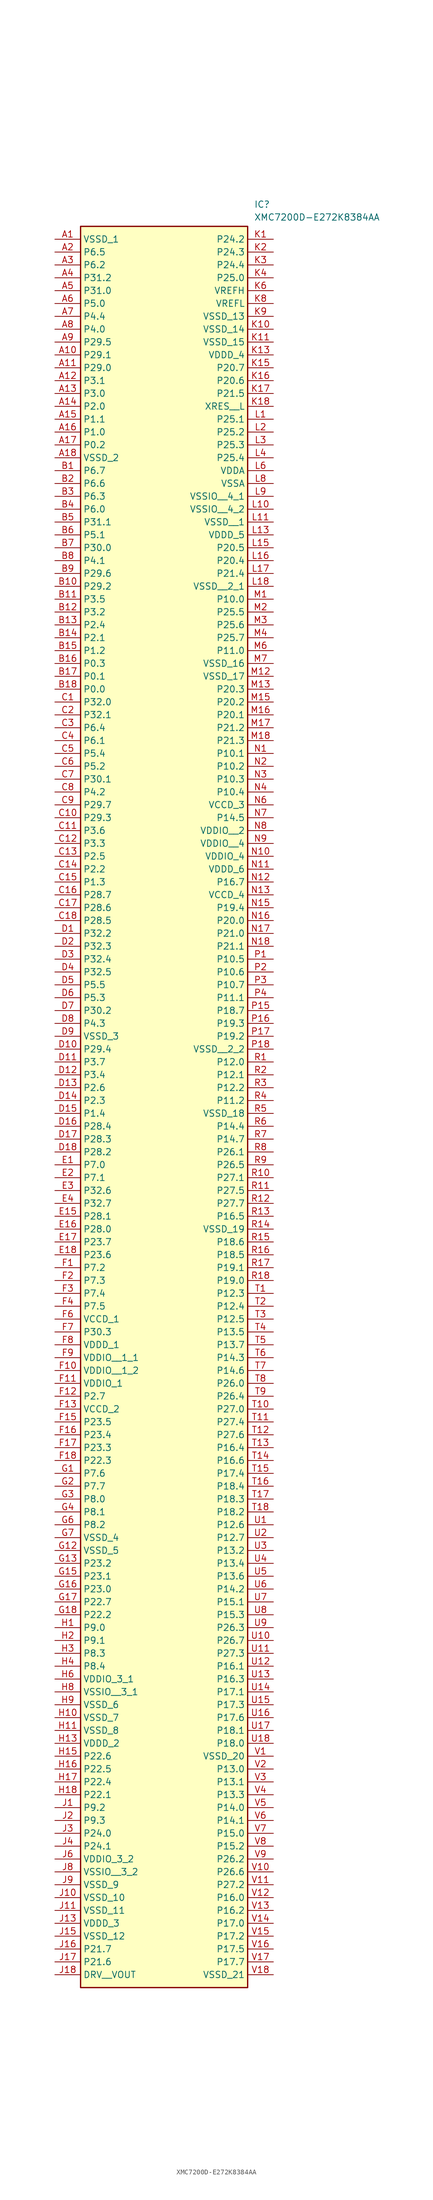
<source format=kicad_sym>
(kicad_symbol_lib
  (version 20231120)
  (generator "kicad_symbol_editor")
  (generator_version "8.0")
  (symbol "XMC7200D-E272K8384AA"
    (property "Reference" "IC"
      (at 39.37 7.62 0)
      (effects (font (size 1.27 1.27)) (justify left top)))
    (property "Value" "XMC7200D-E272K8384AA"
      (at 39.37 5.08 0)
      (effects (font (size 1.27 1.27)) (justify left top)))
    (symbol "XMC7200D-E272K8384AA_1_1"
      (rectangle (start 5.08 2.54) (end 38.1 -345.44) (stroke (width 0.254) (type default)) (fill (type background)))
      (pin passive line (at 0 0 0) (length 5.08) (name "VSSD_1" (effects (font (size 1.27 1.27)))) (number "A1" (effects (font (size 1.27 1.27)))))
      (pin passive line (at 0 -22.86 0) (length 5.08) (name "P29.1" (effects (font (size 1.27 1.27)))) (number "A10" (effects (font (size 1.27 1.27)))))
      (pin passive line (at 0 -25.4 0) (length 5.08) (name "P29.0" (effects (font (size 1.27 1.27)))) (number "A11" (effects (font (size 1.27 1.27)))))
      (pin passive line (at 0 -27.94 0) (length 5.08) (name "P3.1" (effects (font (size 1.27 1.27)))) (number "A12" (effects (font (size 1.27 1.27)))))
      (pin passive line (at 0 -30.48 0) (length 5.08) (name "P3.0" (effects (font (size 1.27 1.27)))) (number "A13" (effects (font (size 1.27 1.27)))))
      (pin passive line (at 0 -33.02 0) (length 5.08) (name "P2.0" (effects (font (size 1.27 1.27)))) (number "A14" (effects (font (size 1.27 1.27)))))
      (pin passive line (at 0 -35.56 0) (length 5.08) (name "P1.1" (effects (font (size 1.27 1.27)))) (number "A15" (effects (font (size 1.27 1.27)))))
      (pin passive line (at 0 -38.1 0) (length 5.08) (name "P1.0" (effects (font (size 1.27 1.27)))) (number "A16" (effects (font (size 1.27 1.27)))))
      (pin passive line (at 0 -40.64 0) (length 5.08) (name "P0.2" (effects (font (size 1.27 1.27)))) (number "A17" (effects (font (size 1.27 1.27)))))
      (pin passive line (at 0 -43.18 0) (length 5.08) (name "VSSD_2" (effects (font (size 1.27 1.27)))) (number "A18" (effects (font (size 1.27 1.27)))))
      (pin passive line (at 0 -2.54 0) (length 5.08) (name "P6.5" (effects (font (size 1.27 1.27)))) (number "A2" (effects (font (size 1.27 1.27)))))
      (pin passive line (at 0 -5.08 0) (length 5.08) (name "P6.2" (effects (font (size 1.27 1.27)))) (number "A3" (effects (font (size 1.27 1.27)))))
      (pin passive line (at 0 -7.62 0) (length 5.08) (name "P31.2" (effects (font (size 1.27 1.27)))) (number "A4" (effects (font (size 1.27 1.27)))))
      (pin passive line (at 0 -10.16 0) (length 5.08) (name "P31.0" (effects (font (size 1.27 1.27)))) (number "A5" (effects (font (size 1.27 1.27)))))
      (pin passive line (at 0 -12.7 0) (length 5.08) (name "P5.0" (effects (font (size 1.27 1.27)))) (number "A6" (effects (font (size 1.27 1.27)))))
      (pin passive line (at 0 -15.24 0) (length 5.08) (name "P4.4" (effects (font (size 1.27 1.27)))) (number "A7" (effects (font (size 1.27 1.27)))))
      (pin passive line (at 0 -17.78 0) (length 5.08) (name "P4.0" (effects (font (size 1.27 1.27)))) (number "A8" (effects (font (size 1.27 1.27)))))
      (pin passive line (at 0 -20.32 0) (length 5.08) (name "P29.5" (effects (font (size 1.27 1.27)))) (number "A9" (effects (font (size 1.27 1.27)))))
      (pin passive line (at 0 -45.72 0) (length 5.08) (name "P6.7" (effects (font (size 1.27 1.27)))) (number "B1" (effects (font (size 1.27 1.27)))))
      (pin passive line (at 0 -68.58 0) (length 5.08) (name "P29.2" (effects (font (size 1.27 1.27)))) (number "B10" (effects (font (size 1.27 1.27)))))
      (pin passive line (at 0 -71.12 0) (length 5.08) (name "P3.5" (effects (font (size 1.27 1.27)))) (number "B11" (effects (font (size 1.27 1.27)))))
      (pin passive line (at 0 -73.66 0) (length 5.08) (name "P3.2" (effects (font (size 1.27 1.27)))) (number "B12" (effects (font (size 1.27 1.27)))))
      (pin passive line (at 0 -76.2 0) (length 5.08) (name "P2.4" (effects (font (size 1.27 1.27)))) (number "B13" (effects (font (size 1.27 1.27)))))
      (pin passive line (at 0 -78.74 0) (length 5.08) (name "P2.1" (effects (font (size 1.27 1.27)))) (number "B14" (effects (font (size 1.27 1.27)))))
      (pin passive line (at 0 -81.28 0) (length 5.08) (name "P1.2" (effects (font (size 1.27 1.27)))) (number "B15" (effects (font (size 1.27 1.27)))))
      (pin passive line (at 0 -83.82 0) (length 5.08) (name "P0.3" (effects (font (size 1.27 1.27)))) (number "B16" (effects (font (size 1.27 1.27)))))
      (pin passive line (at 0 -86.36 0) (length 5.08) (name "P0.1" (effects (font (size 1.27 1.27)))) (number "B17" (effects (font (size 1.27 1.27)))))
      (pin passive line (at 0 -88.9 0) (length 5.08) (name "P0.0" (effects (font (size 1.27 1.27)))) (number "B18" (effects (font (size 1.27 1.27)))))
      (pin passive line (at 0 -48.26 0) (length 5.08) (name "P6.6" (effects (font (size 1.27 1.27)))) (number "B2" (effects (font (size 1.27 1.27)))))
      (pin passive line (at 0 -50.8 0) (length 5.08) (name "P6.3" (effects (font (size 1.27 1.27)))) (number "B3" (effects (font (size 1.27 1.27)))))
      (pin passive line (at 0 -53.34 0) (length 5.08) (name "P6.0" (effects (font (size 1.27 1.27)))) (number "B4" (effects (font (size 1.27 1.27)))))
      (pin passive line (at 0 -55.88 0) (length 5.08) (name "P31.1" (effects (font (size 1.27 1.27)))) (number "B5" (effects (font (size 1.27 1.27)))))
      (pin passive line (at 0 -58.42 0) (length 5.08) (name "P5.1" (effects (font (size 1.27 1.27)))) (number "B6" (effects (font (size 1.27 1.27)))))
      (pin passive line (at 0 -60.96 0) (length 5.08) (name "P30.0" (effects (font (size 1.27 1.27)))) (number "B7" (effects (font (size 1.27 1.27)))))
      (pin passive line (at 0 -63.5 0) (length 5.08) (name "P4.1" (effects (font (size 1.27 1.27)))) (number "B8" (effects (font (size 1.27 1.27)))))
      (pin passive line (at 0 -66.04 0) (length 5.08) (name "P29.6" (effects (font (size 1.27 1.27)))) (number "B9" (effects (font (size 1.27 1.27)))))
      (pin passive line (at 0 -91.44 0) (length 5.08) (name "P32.0" (effects (font (size 1.27 1.27)))) (number "C1" (effects (font (size 1.27 1.27)))))
      (pin passive line (at 0 -114.3 0) (length 5.08) (name "P29.3" (effects (font (size 1.27 1.27)))) (number "C10" (effects (font (size 1.27 1.27)))))
      (pin passive line (at 0 -116.84 0) (length 5.08) (name "P3.6" (effects (font (size 1.27 1.27)))) (number "C11" (effects (font (size 1.27 1.27)))))
      (pin passive line (at 0 -119.38 0) (length 5.08) (name "P3.3" (effects (font (size 1.27 1.27)))) (number "C12" (effects (font (size 1.27 1.27)))))
      (pin passive line (at 0 -121.92 0) (length 5.08) (name "P2.5" (effects (font (size 1.27 1.27)))) (number "C13" (effects (font (size 1.27 1.27)))))
      (pin passive line (at 0 -124.46 0) (length 5.08) (name "P2.2" (effects (font (size 1.27 1.27)))) (number "C14" (effects (font (size 1.27 1.27)))))
      (pin passive line (at 0 -127 0) (length 5.08) (name "P1.3" (effects (font (size 1.27 1.27)))) (number "C15" (effects (font (size 1.27 1.27)))))
      (pin passive line (at 0 -129.54 0) (length 5.08) (name "P28.7" (effects (font (size 1.27 1.27)))) (number "C16" (effects (font (size 1.27 1.27)))))
      (pin passive line (at 0 -132.08 0) (length 5.08) (name "P28.6" (effects (font (size 1.27 1.27)))) (number "C17" (effects (font (size 1.27 1.27)))))
      (pin passive line (at 0 -134.62 0) (length 5.08) (name "P28.5" (effects (font (size 1.27 1.27)))) (number "C18" (effects (font (size 1.27 1.27)))))
      (pin passive line (at 0 -93.98 0) (length 5.08) (name "P32.1" (effects (font (size 1.27 1.27)))) (number "C2" (effects (font (size 1.27 1.27)))))
      (pin passive line (at 0 -96.52 0) (length 5.08) (name "P6.4" (effects (font (size 1.27 1.27)))) (number "C3" (effects (font (size 1.27 1.27)))))
      (pin passive line (at 0 -99.06 0) (length 5.08) (name "P6.1" (effects (font (size 1.27 1.27)))) (number "C4" (effects (font (size 1.27 1.27)))))
      (pin passive line (at 0 -101.6 0) (length 5.08) (name "P5.4" (effects (font (size 1.27 1.27)))) (number "C5" (effects (font (size 1.27 1.27)))))
      (pin passive line (at 0 -104.14 0) (length 5.08) (name "P5.2" (effects (font (size 1.27 1.27)))) (number "C6" (effects (font (size 1.27 1.27)))))
      (pin passive line (at 0 -106.68 0) (length 5.08) (name "P30.1" (effects (font (size 1.27 1.27)))) (number "C7" (effects (font (size 1.27 1.27)))))
      (pin passive line (at 0 -109.22 0) (length 5.08) (name "P4.2" (effects (font (size 1.27 1.27)))) (number "C8" (effects (font (size 1.27 1.27)))))
      (pin passive line (at 0 -111.76 0) (length 5.08) (name "P29.7" (effects (font (size 1.27 1.27)))) (number "C9" (effects (font (size 1.27 1.27)))))
      (pin passive line (at 0 -137.16 0) (length 5.08) (name "P32.2" (effects (font (size 1.27 1.27)))) (number "D1" (effects (font (size 1.27 1.27)))))
      (pin passive line (at 0 -160.02 0) (length 5.08) (name "P29.4" (effects (font (size 1.27 1.27)))) (number "D10" (effects (font (size 1.27 1.27)))))
      (pin passive line (at 0 -162.56 0) (length 5.08) (name "P3.7" (effects (font (size 1.27 1.27)))) (number "D11" (effects (font (size 1.27 1.27)))))
      (pin passive line (at 0 -165.1 0) (length 5.08) (name "P3.4" (effects (font (size 1.27 1.27)))) (number "D12" (effects (font (size 1.27 1.27)))))
      (pin passive line (at 0 -167.64 0) (length 5.08) (name "P2.6" (effects (font (size 1.27 1.27)))) (number "D13" (effects (font (size 1.27 1.27)))))
      (pin passive line (at 0 -170.18 0) (length 5.08) (name "P2.3" (effects (font (size 1.27 1.27)))) (number "D14" (effects (font (size 1.27 1.27)))))
      (pin passive line (at 0 -172.72 0) (length 5.08) (name "P1.4" (effects (font (size 1.27 1.27)))) (number "D15" (effects (font (size 1.27 1.27)))))
      (pin passive line (at 0 -175.26 0) (length 5.08) (name "P28.4" (effects (font (size 1.27 1.27)))) (number "D16" (effects (font (size 1.27 1.27)))))
      (pin passive line (at 0 -177.8 0) (length 5.08) (name "P28.3" (effects (font (size 1.27 1.27)))) (number "D17" (effects (font (size 1.27 1.27)))))
      (pin passive line (at 0 -180.34 0) (length 5.08) (name "P28.2" (effects (font (size 1.27 1.27)))) (number "D18" (effects (font (size 1.27 1.27)))))
      (pin passive line (at 0 -139.7 0) (length 5.08) (name "P32.3" (effects (font (size 1.27 1.27)))) (number "D2" (effects (font (size 1.27 1.27)))))
      (pin passive line (at 0 -142.24 0) (length 5.08) (name "P32.4" (effects (font (size 1.27 1.27)))) (number "D3" (effects (font (size 1.27 1.27)))))
      (pin passive line (at 0 -144.78 0) (length 5.08) (name "P32.5" (effects (font (size 1.27 1.27)))) (number "D4" (effects (font (size 1.27 1.27)))))
      (pin passive line (at 0 -147.32 0) (length 5.08) (name "P5.5" (effects (font (size 1.27 1.27)))) (number "D5" (effects (font (size 1.27 1.27)))))
      (pin passive line (at 0 -149.86 0) (length 5.08) (name "P5.3" (effects (font (size 1.27 1.27)))) (number "D6" (effects (font (size 1.27 1.27)))))
      (pin passive line (at 0 -152.4 0) (length 5.08) (name "P30.2" (effects (font (size 1.27 1.27)))) (number "D7" (effects (font (size 1.27 1.27)))))
      (pin passive line (at 0 -154.94 0) (length 5.08) (name "P4.3" (effects (font (size 1.27 1.27)))) (number "D8" (effects (font (size 1.27 1.27)))))
      (pin passive line (at 0 -157.48 0) (length 5.08) (name "VSSD_3" (effects (font (size 1.27 1.27)))) (number "D9" (effects (font (size 1.27 1.27)))))
      (pin passive line (at 0 -182.88 0) (length 5.08) (name "P7.0" (effects (font (size 1.27 1.27)))) (number "E1" (effects (font (size 1.27 1.27)))))
      (pin passive line (at 0 -193.04 0) (length 5.08) (name "P28.1" (effects (font (size 1.27 1.27)))) (number "E15" (effects (font (size 1.27 1.27)))))
      (pin passive line (at 0 -195.58 0) (length 5.08) (name "P28.0" (effects (font (size 1.27 1.27)))) (number "E16" (effects (font (size 1.27 1.27)))))
      (pin passive line (at 0 -198.12 0) (length 5.08) (name "P23.7" (effects (font (size 1.27 1.27)))) (number "E17" (effects (font (size 1.27 1.27)))))
      (pin passive line (at 0 -200.66 0) (length 5.08) (name "P23.6" (effects (font (size 1.27 1.27)))) (number "E18" (effects (font (size 1.27 1.27)))))
      (pin passive line (at 0 -185.42 0) (length 5.08) (name "P7.1" (effects (font (size 1.27 1.27)))) (number "E2" (effects (font (size 1.27 1.27)))))
      (pin passive line (at 0 -187.96 0) (length 5.08) (name "P32.6" (effects (font (size 1.27 1.27)))) (number "E3" (effects (font (size 1.27 1.27)))))
      (pin passive line (at 0 -190.5 0) (length 5.08) (name "P32.7" (effects (font (size 1.27 1.27)))) (number "E4" (effects (font (size 1.27 1.27)))))
      (pin passive line (at 0 -203.2 0) (length 5.08) (name "P7.2" (effects (font (size 1.27 1.27)))) (number "F1" (effects (font (size 1.27 1.27)))))
      (pin passive line (at 0 -223.52 0) (length 5.08) (name "VDDIO__1_2" (effects (font (size 1.27 1.27)))) (number "F10" (effects (font (size 1.27 1.27)))))
      (pin passive line (at 0 -226.06 0) (length 5.08) (name "VDDIO_1" (effects (font (size 1.27 1.27)))) (number "F11" (effects (font (size 1.27 1.27)))))
      (pin passive line (at 0 -228.6 0) (length 5.08) (name "P2.7" (effects (font (size 1.27 1.27)))) (number "F12" (effects (font (size 1.27 1.27)))))
      (pin passive line (at 0 -231.14 0) (length 5.08) (name "VCCD_2" (effects (font (size 1.27 1.27)))) (number "F13" (effects (font (size 1.27 1.27)))))
      (pin passive line (at 0 -233.68 0) (length 5.08) (name "P23.5" (effects (font (size 1.27 1.27)))) (number "F15" (effects (font (size 1.27 1.27)))))
      (pin passive line (at 0 -236.22 0) (length 5.08) (name "P23.4" (effects (font (size 1.27 1.27)))) (number "F16" (effects (font (size 1.27 1.27)))))
      (pin passive line (at 0 -238.76 0) (length 5.08) (name "P23.3" (effects (font (size 1.27 1.27)))) (number "F17" (effects (font (size 1.27 1.27)))))
      (pin passive line (at 0 -241.3 0) (length 5.08) (name "P22.3" (effects (font (size 1.27 1.27)))) (number "F18" (effects (font (size 1.27 1.27)))))
      (pin passive line (at 0 -205.74 0) (length 5.08) (name "P7.3" (effects (font (size 1.27 1.27)))) (number "F2" (effects (font (size 1.27 1.27)))))
      (pin passive line (at 0 -208.28 0) (length 5.08) (name "P7.4" (effects (font (size 1.27 1.27)))) (number "F3" (effects (font (size 1.27 1.27)))))
      (pin passive line (at 0 -210.82 0) (length 5.08) (name "P7.5" (effects (font (size 1.27 1.27)))) (number "F4" (effects (font (size 1.27 1.27)))))
      (pin passive line (at 0 -213.36 0) (length 5.08) (name "VCCD_1" (effects (font (size 1.27 1.27)))) (number "F6" (effects (font (size 1.27 1.27)))))
      (pin passive line (at 0 -215.9 0) (length 5.08) (name "P30.3" (effects (font (size 1.27 1.27)))) (number "F7" (effects (font (size 1.27 1.27)))))
      (pin passive line (at 0 -218.44 0) (length 5.08) (name "VDDD_1" (effects (font (size 1.27 1.27)))) (number "F8" (effects (font (size 1.27 1.27)))))
      (pin passive line (at 0 -220.98 0) (length 5.08) (name "VDDIO__1_1" (effects (font (size 1.27 1.27)))) (number "F9" (effects (font (size 1.27 1.27)))))
      (pin passive line (at 0 -243.84 0) (length 5.08) (name "P7.6" (effects (font (size 1.27 1.27)))) (number "G1" (effects (font (size 1.27 1.27)))))
      (pin passive line (at 0 -259.08 0) (length 5.08) (name "VSSD_5" (effects (font (size 1.27 1.27)))) (number "G12" (effects (font (size 1.27 1.27)))))
      (pin passive line (at 0 -261.62 0) (length 5.08) (name "P23.2" (effects (font (size 1.27 1.27)))) (number "G13" (effects (font (size 1.27 1.27)))))
      (pin passive line (at 0 -264.16 0) (length 5.08) (name "P23.1" (effects (font (size 1.27 1.27)))) (number "G15" (effects (font (size 1.27 1.27)))))
      (pin passive line (at 0 -266.7 0) (length 5.08) (name "P23.0" (effects (font (size 1.27 1.27)))) (number "G16" (effects (font (size 1.27 1.27)))))
      (pin passive line (at 0 -269.24 0) (length 5.08) (name "P22.7" (effects (font (size 1.27 1.27)))) (number "G17" (effects (font (size 1.27 1.27)))))
      (pin passive line (at 0 -271.78 0) (length 5.08) (name "P22.2" (effects (font (size 1.27 1.27)))) (number "G18" (effects (font (size 1.27 1.27)))))
      (pin passive line (at 0 -246.38 0) (length 5.08) (name "P7.7" (effects (font (size 1.27 1.27)))) (number "G2" (effects (font (size 1.27 1.27)))))
      (pin passive line (at 0 -248.92 0) (length 5.08) (name "P8.0" (effects (font (size 1.27 1.27)))) (number "G3" (effects (font (size 1.27 1.27)))))
      (pin passive line (at 0 -251.46 0) (length 5.08) (name "P8.1" (effects (font (size 1.27 1.27)))) (number "G4" (effects (font (size 1.27 1.27)))))
      (pin passive line (at 0 -254 0) (length 5.08) (name "P8.2" (effects (font (size 1.27 1.27)))) (number "G6" (effects (font (size 1.27 1.27)))))
      (pin passive line (at 0 -256.54 0) (length 5.08) (name "VSSD_4" (effects (font (size 1.27 1.27)))) (number "G7" (effects (font (size 1.27 1.27)))))
      (pin passive line (at 0 -274.32 0) (length 5.08) (name "P9.0" (effects (font (size 1.27 1.27)))) (number "H1" (effects (font (size 1.27 1.27)))))
      (pin passive line (at 0 -292.1 0) (length 5.08) (name "VSSD_7" (effects (font (size 1.27 1.27)))) (number "H10" (effects (font (size 1.27 1.27)))))
      (pin passive line (at 0 -294.64 0) (length 5.08) (name "VSSD_8" (effects (font (size 1.27 1.27)))) (number "H11" (effects (font (size 1.27 1.27)))))
      (pin passive line (at 0 -297.18 0) (length 5.08) (name "VDDD_2" (effects (font (size 1.27 1.27)))) (number "H13" (effects (font (size 1.27 1.27)))))
      (pin passive line (at 0 -299.72 0) (length 5.08) (name "P22.6" (effects (font (size 1.27 1.27)))) (number "H15" (effects (font (size 1.27 1.27)))))
      (pin passive line (at 0 -302.26 0) (length 5.08) (name "P22.5" (effects (font (size 1.27 1.27)))) (number "H16" (effects (font (size 1.27 1.27)))))
      (pin passive line (at 0 -304.8 0) (length 5.08) (name "P22.4" (effects (font (size 1.27 1.27)))) (number "H17" (effects (font (size 1.27 1.27)))))
      (pin passive line (at 0 -307.34 0) (length 5.08) (name "P22.1" (effects (font (size 1.27 1.27)))) (number "H18" (effects (font (size 1.27 1.27)))))
      (pin passive line (at 0 -276.86 0) (length 5.08) (name "P9.1" (effects (font (size 1.27 1.27)))) (number "H2" (effects (font (size 1.27 1.27)))))
      (pin passive line (at 0 -279.4 0) (length 5.08) (name "P8.3" (effects (font (size 1.27 1.27)))) (number "H3" (effects (font (size 1.27 1.27)))))
      (pin passive line (at 0 -281.94 0) (length 5.08) (name "P8.4" (effects (font (size 1.27 1.27)))) (number "H4" (effects (font (size 1.27 1.27)))))
      (pin passive line (at 0 -284.48 0) (length 5.08) (name "VDDIO_3_1" (effects (font (size 1.27 1.27)))) (number "H6" (effects (font (size 1.27 1.27)))))
      (pin passive line (at 0 -287.02 0) (length 5.08) (name "VSSIO__3_1" (effects (font (size 1.27 1.27)))) (number "H8" (effects (font (size 1.27 1.27)))))
      (pin passive line (at 0 -289.56 0) (length 5.08) (name "VSSD_6" (effects (font (size 1.27 1.27)))) (number "H9" (effects (font (size 1.27 1.27)))))
      (pin passive line (at 0 -309.88 0) (length 5.08) (name "P9.2" (effects (font (size 1.27 1.27)))) (number "J1" (effects (font (size 1.27 1.27)))))
      (pin passive line (at 0 -327.66 0) (length 5.08) (name "VSSD_10" (effects (font (size 1.27 1.27)))) (number "J10" (effects (font (size 1.27 1.27)))))
      (pin passive line (at 0 -330.2 0) (length 5.08) (name "VSSD_11" (effects (font (size 1.27 1.27)))) (number "J11" (effects (font (size 1.27 1.27)))))
      (pin passive line (at 0 -332.74 0) (length 5.08) (name "VDDD_3" (effects (font (size 1.27 1.27)))) (number "J13" (effects (font (size 1.27 1.27)))))
      (pin passive line (at 0 -335.28 0) (length 5.08) (name "VSSD_12" (effects (font (size 1.27 1.27)))) (number "J15" (effects (font (size 1.27 1.27)))))
      (pin passive line (at 0 -337.82 0) (length 5.08) (name "P21.7" (effects (font (size 1.27 1.27)))) (number "J16" (effects (font (size 1.27 1.27)))))
      (pin passive line (at 0 -340.36 0) (length 5.08) (name "P21.6" (effects (font (size 1.27 1.27)))) (number "J17" (effects (font (size 1.27 1.27)))))
      (pin passive line (at 0 -342.9 0) (length 5.08) (name "DRV__VOUT" (effects (font (size 1.27 1.27)))) (number "J18" (effects (font (size 1.27 1.27)))))
      (pin passive line (at 0 -312.42 0) (length 5.08) (name "P9.3" (effects (font (size 1.27 1.27)))) (number "J2" (effects (font (size 1.27 1.27)))))
      (pin passive line (at 0 -314.96 0) (length 5.08) (name "P24.0" (effects (font (size 1.27 1.27)))) (number "J3" (effects (font (size 1.27 1.27)))))
      (pin passive line (at 0 -317.5 0) (length 5.08) (name "P24.1" (effects (font (size 1.27 1.27)))) (number "J4" (effects (font (size 1.27 1.27)))))
      (pin passive line (at 0 -320.04 0) (length 5.08) (name "VDDIO_3_2" (effects (font (size 1.27 1.27)))) (number "J6" (effects (font (size 1.27 1.27)))))
      (pin passive line (at 0 -322.58 0) (length 5.08) (name "VSSIO__3_2" (effects (font (size 1.27 1.27)))) (number "J8" (effects (font (size 1.27 1.27)))))
      (pin passive line (at 0 -325.12 0) (length 5.08) (name "VSSD_9" (effects (font (size 1.27 1.27)))) (number "J9" (effects (font (size 1.27 1.27)))))
      (pin passive line (at 43.18 0 180) (length 5.08) (name "P24.2" (effects (font (size 1.27 1.27)))) (number "K1" (effects (font (size 1.27 1.27)))))
      (pin passive line (at 43.18 -17.78 180) (length 5.08) (name "VSSD_14" (effects (font (size 1.27 1.27)))) (number "K10" (effects (font (size 1.27 1.27)))))
      (pin passive line (at 43.18 -20.32 180) (length 5.08) (name "VSSD_15" (effects (font (size 1.27 1.27)))) (number "K11" (effects (font (size 1.27 1.27)))))
      (pin passive line (at 43.18 -22.86 180) (length 5.08) (name "VDDD_4" (effects (font (size 1.27 1.27)))) (number "K13" (effects (font (size 1.27 1.27)))))
      (pin passive line (at 43.18 -25.4 180) (length 5.08) (name "P20.7" (effects (font (size 1.27 1.27)))) (number "K15" (effects (font (size 1.27 1.27)))))
      (pin passive line (at 43.18 -27.94 180) (length 5.08) (name "P20.6" (effects (font (size 1.27 1.27)))) (number "K16" (effects (font (size 1.27 1.27)))))
      (pin passive line (at 43.18 -30.48 180) (length 5.08) (name "P21.5" (effects (font (size 1.27 1.27)))) (number "K17" (effects (font (size 1.27 1.27)))))
      (pin passive line (at 43.18 -33.02 180) (length 5.08) (name "XRES__L" (effects (font (size 1.27 1.27)))) (number "K18" (effects (font (size 1.27 1.27)))))
      (pin passive line (at 43.18 -2.54 180) (length 5.08) (name "P24.3" (effects (font (size 1.27 1.27)))) (number "K2" (effects (font (size 1.27 1.27)))))
      (pin passive line (at 43.18 -5.08 180) (length 5.08) (name "P24.4" (effects (font (size 1.27 1.27)))) (number "K3" (effects (font (size 1.27 1.27)))))
      (pin passive line (at 43.18 -7.62 180) (length 5.08) (name "P25.0" (effects (font (size 1.27 1.27)))) (number "K4" (effects (font (size 1.27 1.27)))))
      (pin passive line (at 43.18 -10.16 180) (length 5.08) (name "VREFH" (effects (font (size 1.27 1.27)))) (number "K6" (effects (font (size 1.27 1.27)))))
      (pin passive line (at 43.18 -12.7 180) (length 5.08) (name "VREFL" (effects (font (size 1.27 1.27)))) (number "K8" (effects (font (size 1.27 1.27)))))
      (pin passive line (at 43.18 -15.24 180) (length 5.08) (name "VSSD_13" (effects (font (size 1.27 1.27)))) (number "K9" (effects (font (size 1.27 1.27)))))
      (pin passive line (at 43.18 -35.56 180) (length 5.08) (name "P25.1" (effects (font (size 1.27 1.27)))) (number "L1" (effects (font (size 1.27 1.27)))))
      (pin passive line (at 43.18 -53.34 180) (length 5.08) (name "VSSIO__4_2" (effects (font (size 1.27 1.27)))) (number "L10" (effects (font (size 1.27 1.27)))))
      (pin passive line (at 43.18 -55.88 180) (length 5.08) (name "VSSD__1" (effects (font (size 1.27 1.27)))) (number "L11" (effects (font (size 1.27 1.27)))))
      (pin passive line (at 43.18 -58.42 180) (length 5.08) (name "VDDD_5" (effects (font (size 1.27 1.27)))) (number "L13" (effects (font (size 1.27 1.27)))))
      (pin passive line (at 43.18 -60.96 180) (length 5.08) (name "P20.5" (effects (font (size 1.27 1.27)))) (number "L15" (effects (font (size 1.27 1.27)))))
      (pin passive line (at 43.18 -63.5 180) (length 5.08) (name "P20.4" (effects (font (size 1.27 1.27)))) (number "L16" (effects (font (size 1.27 1.27)))))
      (pin passive line (at 43.18 -66.04 180) (length 5.08) (name "P21.4" (effects (font (size 1.27 1.27)))) (number "L17" (effects (font (size 1.27 1.27)))))
      (pin passive line (at 43.18 -68.58 180) (length 5.08) (name "VSSD__2_1" (effects (font (size 1.27 1.27)))) (number "L18" (effects (font (size 1.27 1.27)))))
      (pin passive line (at 43.18 -38.1 180) (length 5.08) (name "P25.2" (effects (font (size 1.27 1.27)))) (number "L2" (effects (font (size 1.27 1.27)))))
      (pin passive line (at 43.18 -40.64 180) (length 5.08) (name "P25.3" (effects (font (size 1.27 1.27)))) (number "L3" (effects (font (size 1.27 1.27)))))
      (pin passive line (at 43.18 -43.18 180) (length 5.08) (name "P25.4" (effects (font (size 1.27 1.27)))) (number "L4" (effects (font (size 1.27 1.27)))))
      (pin passive line (at 43.18 -45.72 180) (length 5.08) (name "VDDA" (effects (font (size 1.27 1.27)))) (number "L6" (effects (font (size 1.27 1.27)))))
      (pin passive line (at 43.18 -48.26 180) (length 5.08) (name "VSSA" (effects (font (size 1.27 1.27)))) (number "L8" (effects (font (size 1.27 1.27)))))
      (pin passive line (at 43.18 -50.8 180) (length 5.08) (name "VSSIO__4_1" (effects (font (size 1.27 1.27)))) (number "L9" (effects (font (size 1.27 1.27)))))
      (pin passive line (at 43.18 -71.12 180) (length 5.08) (name "P10.0" (effects (font (size 1.27 1.27)))) (number "M1" (effects (font (size 1.27 1.27)))))
      (pin passive line (at 43.18 -86.36 180) (length 5.08) (name "VSSD_17" (effects (font (size 1.27 1.27)))) (number "M12" (effects (font (size 1.27 1.27)))))
      (pin passive line (at 43.18 -88.9 180) (length 5.08) (name "P20.3" (effects (font (size 1.27 1.27)))) (number "M13" (effects (font (size 1.27 1.27)))))
      (pin passive line (at 43.18 -91.44 180) (length 5.08) (name "P20.2" (effects (font (size 1.27 1.27)))) (number "M15" (effects (font (size 1.27 1.27)))))
      (pin passive line (at 43.18 -93.98 180) (length 5.08) (name "P20.1" (effects (font (size 1.27 1.27)))) (number "M16" (effects (font (size 1.27 1.27)))))
      (pin passive line (at 43.18 -96.52 180) (length 5.08) (name "P21.2" (effects (font (size 1.27 1.27)))) (number "M17" (effects (font (size 1.27 1.27)))))
      (pin passive line (at 43.18 -99.06 180) (length 5.08) (name "P21.3" (effects (font (size 1.27 1.27)))) (number "M18" (effects (font (size 1.27 1.27)))))
      (pin passive line (at 43.18 -73.66 180) (length 5.08) (name "P25.5" (effects (font (size 1.27 1.27)))) (number "M2" (effects (font (size 1.27 1.27)))))
      (pin passive line (at 43.18 -76.2 180) (length 5.08) (name "P25.6" (effects (font (size 1.27 1.27)))) (number "M3" (effects (font (size 1.27 1.27)))))
      (pin passive line (at 43.18 -78.74 180) (length 5.08) (name "P25.7" (effects (font (size 1.27 1.27)))) (number "M4" (effects (font (size 1.27 1.27)))))
      (pin passive line (at 43.18 -81.28 180) (length 5.08) (name "P11.0" (effects (font (size 1.27 1.27)))) (number "M6" (effects (font (size 1.27 1.27)))))
      (pin passive line (at 43.18 -83.82 180) (length 5.08) (name "VSSD_16" (effects (font (size 1.27 1.27)))) (number "M7" (effects (font (size 1.27 1.27)))))
      (pin passive line (at 43.18 -101.6 180) (length 5.08) (name "P10.1" (effects (font (size 1.27 1.27)))) (number "N1" (effects (font (size 1.27 1.27)))))
      (pin passive line (at 43.18 -121.92 180) (length 5.08) (name "VDDIO_4" (effects (font (size 1.27 1.27)))) (number "N10" (effects (font (size 1.27 1.27)))))
      (pin passive line (at 43.18 -124.46 180) (length 5.08) (name "VDDD_6" (effects (font (size 1.27 1.27)))) (number "N11" (effects (font (size 1.27 1.27)))))
      (pin passive line (at 43.18 -127 180) (length 5.08) (name "P16.7" (effects (font (size 1.27 1.27)))) (number "N12" (effects (font (size 1.27 1.27)))))
      (pin passive line (at 43.18 -129.54 180) (length 5.08) (name "VCCD_4" (effects (font (size 1.27 1.27)))) (number "N13" (effects (font (size 1.27 1.27)))))
      (pin passive line (at 43.18 -132.08 180) (length 5.08) (name "P19.4" (effects (font (size 1.27 1.27)))) (number "N15" (effects (font (size 1.27 1.27)))))
      (pin passive line (at 43.18 -134.62 180) (length 5.08) (name "P20.0" (effects (font (size 1.27 1.27)))) (number "N16" (effects (font (size 1.27 1.27)))))
      (pin passive line (at 43.18 -137.16 180) (length 5.08) (name "P21.0" (effects (font (size 1.27 1.27)))) (number "N17" (effects (font (size 1.27 1.27)))))
      (pin passive line (at 43.18 -139.7 180) (length 5.08) (name "P21.1" (effects (font (size 1.27 1.27)))) (number "N18" (effects (font (size 1.27 1.27)))))
      (pin passive line (at 43.18 -104.14 180) (length 5.08) (name "P10.2" (effects (font (size 1.27 1.27)))) (number "N2" (effects (font (size 1.27 1.27)))))
      (pin passive line (at 43.18 -106.68 180) (length 5.08) (name "P10.3" (effects (font (size 1.27 1.27)))) (number "N3" (effects (font (size 1.27 1.27)))))
      (pin passive line (at 43.18 -109.22 180) (length 5.08) (name "P10.4" (effects (font (size 1.27 1.27)))) (number "N4" (effects (font (size 1.27 1.27)))))
      (pin passive line (at 43.18 -111.76 180) (length 5.08) (name "VCCD_3" (effects (font (size 1.27 1.27)))) (number "N6" (effects (font (size 1.27 1.27)))))
      (pin passive line (at 43.18 -114.3 180) (length 5.08) (name "P14.5" (effects (font (size 1.27 1.27)))) (number "N7" (effects (font (size 1.27 1.27)))))
      (pin passive line (at 43.18 -116.84 180) (length 5.08) (name "VDDIO__2" (effects (font (size 1.27 1.27)))) (number "N8" (effects (font (size 1.27 1.27)))))
      (pin passive line (at 43.18 -119.38 180) (length 5.08) (name "VDDIO__4" (effects (font (size 1.27 1.27)))) (number "N9" (effects (font (size 1.27 1.27)))))
      (pin passive line (at 43.18 -142.24 180) (length 5.08) (name "P10.5" (effects (font (size 1.27 1.27)))) (number "P1" (effects (font (size 1.27 1.27)))))
      (pin passive line (at 43.18 -152.4 180) (length 5.08) (name "P18.7" (effects (font (size 1.27 1.27)))) (number "P15" (effects (font (size 1.27 1.27)))))
      (pin passive line (at 43.18 -154.94 180) (length 5.08) (name "P19.3" (effects (font (size 1.27 1.27)))) (number "P16" (effects (font (size 1.27 1.27)))))
      (pin passive line (at 43.18 -157.48 180) (length 5.08) (name "P19.2" (effects (font (size 1.27 1.27)))) (number "P17" (effects (font (size 1.27 1.27)))))
      (pin passive line (at 43.18 -160.02 180) (length 5.08) (name "VSSD__2_2" (effects (font (size 1.27 1.27)))) (number "P18" (effects (font (size 1.27 1.27)))))
      (pin passive line (at 43.18 -144.78 180) (length 5.08) (name "P10.6" (effects (font (size 1.27 1.27)))) (number "P2" (effects (font (size 1.27 1.27)))))
      (pin passive line (at 43.18 -147.32 180) (length 5.08) (name "P10.7" (effects (font (size 1.27 1.27)))) (number "P3" (effects (font (size 1.27 1.27)))))
      (pin passive line (at 43.18 -149.86 180) (length 5.08) (name "P11.1" (effects (font (size 1.27 1.27)))) (number "P4" (effects (font (size 1.27 1.27)))))
      (pin passive line (at 43.18 -162.56 180) (length 5.08) (name "P12.0" (effects (font (size 1.27 1.27)))) (number "R1" (effects (font (size 1.27 1.27)))))
      (pin passive line (at 43.18 -185.42 180) (length 5.08) (name "P27.1" (effects (font (size 1.27 1.27)))) (number "R10" (effects (font (size 1.27 1.27)))))
      (pin passive line (at 43.18 -187.96 180) (length 5.08) (name "P27.5" (effects (font (size 1.27 1.27)))) (number "R11" (effects (font (size 1.27 1.27)))))
      (pin passive line (at 43.18 -190.5 180) (length 5.08) (name "P27.7" (effects (font (size 1.27 1.27)))) (number "R12" (effects (font (size 1.27 1.27)))))
      (pin passive line (at 43.18 -193.04 180) (length 5.08) (name "P16.5" (effects (font (size 1.27 1.27)))) (number "R13" (effects (font (size 1.27 1.27)))))
      (pin passive line (at 43.18 -195.58 180) (length 5.08) (name "VSSD_19" (effects (font (size 1.27 1.27)))) (number "R14" (effects (font (size 1.27 1.27)))))
      (pin passive line (at 43.18 -198.12 180) (length 5.08) (name "P18.6" (effects (font (size 1.27 1.27)))) (number "R15" (effects (font (size 1.27 1.27)))))
      (pin passive line (at 43.18 -200.66 180) (length 5.08) (name "P18.5" (effects (font (size 1.27 1.27)))) (number "R16" (effects (font (size 1.27 1.27)))))
      (pin passive line (at 43.18 -203.2 180) (length 5.08) (name "P19.1" (effects (font (size 1.27 1.27)))) (number "R17" (effects (font (size 1.27 1.27)))))
      (pin passive line (at 43.18 -205.74 180) (length 5.08) (name "P19.0" (effects (font (size 1.27 1.27)))) (number "R18" (effects (font (size 1.27 1.27)))))
      (pin passive line (at 43.18 -165.1 180) (length 5.08) (name "P12.1" (effects (font (size 1.27 1.27)))) (number "R2" (effects (font (size 1.27 1.27)))))
      (pin passive line (at 43.18 -167.64 180) (length 5.08) (name "P12.2" (effects (font (size 1.27 1.27)))) (number "R3" (effects (font (size 1.27 1.27)))))
      (pin passive line (at 43.18 -170.18 180) (length 5.08) (name "P11.2" (effects (font (size 1.27 1.27)))) (number "R4" (effects (font (size 1.27 1.27)))))
      (pin passive line (at 43.18 -172.72 180) (length 5.08) (name "VSSD_18" (effects (font (size 1.27 1.27)))) (number "R5" (effects (font (size 1.27 1.27)))))
      (pin passive line (at 43.18 -175.26 180) (length 5.08) (name "P14.4" (effects (font (size 1.27 1.27)))) (number "R6" (effects (font (size 1.27 1.27)))))
      (pin passive line (at 43.18 -177.8 180) (length 5.08) (name "P14.7" (effects (font (size 1.27 1.27)))) (number "R7" (effects (font (size 1.27 1.27)))))
      (pin passive line (at 43.18 -180.34 180) (length 5.08) (name "P26.1" (effects (font (size 1.27 1.27)))) (number "R8" (effects (font (size 1.27 1.27)))))
      (pin passive line (at 43.18 -182.88 180) (length 5.08) (name "P26.5" (effects (font (size 1.27 1.27)))) (number "R9" (effects (font (size 1.27 1.27)))))
      (pin passive line (at 43.18 -208.28 180) (length 5.08) (name "P12.3" (effects (font (size 1.27 1.27)))) (number "T1" (effects (font (size 1.27 1.27)))))
      (pin passive line (at 43.18 -231.14 180) (length 5.08) (name "P27.0" (effects (font (size 1.27 1.27)))) (number "T10" (effects (font (size 1.27 1.27)))))
      (pin passive line (at 43.18 -233.68 180) (length 5.08) (name "P27.4" (effects (font (size 1.27 1.27)))) (number "T11" (effects (font (size 1.27 1.27)))))
      (pin passive line (at 43.18 -236.22 180) (length 5.08) (name "P27.6" (effects (font (size 1.27 1.27)))) (number "T12" (effects (font (size 1.27 1.27)))))
      (pin passive line (at 43.18 -238.76 180) (length 5.08) (name "P16.4" (effects (font (size 1.27 1.27)))) (number "T13" (effects (font (size 1.27 1.27)))))
      (pin passive line (at 43.18 -241.3 180) (length 5.08) (name "P16.6" (effects (font (size 1.27 1.27)))) (number "T14" (effects (font (size 1.27 1.27)))))
      (pin passive line (at 43.18 -243.84 180) (length 5.08) (name "P17.4" (effects (font (size 1.27 1.27)))) (number "T15" (effects (font (size 1.27 1.27)))))
      (pin passive line (at 43.18 -246.38 180) (length 5.08) (name "P18.4" (effects (font (size 1.27 1.27)))) (number "T16" (effects (font (size 1.27 1.27)))))
      (pin passive line (at 43.18 -248.92 180) (length 5.08) (name "P18.3" (effects (font (size 1.27 1.27)))) (number "T17" (effects (font (size 1.27 1.27)))))
      (pin passive line (at 43.18 -251.46 180) (length 5.08) (name "P18.2" (effects (font (size 1.27 1.27)))) (number "T18" (effects (font (size 1.27 1.27)))))
      (pin passive line (at 43.18 -210.82 180) (length 5.08) (name "P12.4" (effects (font (size 1.27 1.27)))) (number "T2" (effects (font (size 1.27 1.27)))))
      (pin passive line (at 43.18 -213.36 180) (length 5.08) (name "P12.5" (effects (font (size 1.27 1.27)))) (number "T3" (effects (font (size 1.27 1.27)))))
      (pin passive line (at 43.18 -215.9 180) (length 5.08) (name "P13.5" (effects (font (size 1.27 1.27)))) (number "T4" (effects (font (size 1.27 1.27)))))
      (pin passive line (at 43.18 -218.44 180) (length 5.08) (name "P13.7" (effects (font (size 1.27 1.27)))) (number "T5" (effects (font (size 1.27 1.27)))))
      (pin passive line (at 43.18 -220.98 180) (length 5.08) (name "P14.3" (effects (font (size 1.27 1.27)))) (number "T6" (effects (font (size 1.27 1.27)))))
      (pin passive line (at 43.18 -223.52 180) (length 5.08) (name "P14.6" (effects (font (size 1.27 1.27)))) (number "T7" (effects (font (size 1.27 1.27)))))
      (pin passive line (at 43.18 -226.06 180) (length 5.08) (name "P26.0" (effects (font (size 1.27 1.27)))) (number "T8" (effects (font (size 1.27 1.27)))))
      (pin passive line (at 43.18 -228.6 180) (length 5.08) (name "P26.4" (effects (font (size 1.27 1.27)))) (number "T9" (effects (font (size 1.27 1.27)))))
      (pin passive line (at 43.18 -254 180) (length 5.08) (name "P12.6" (effects (font (size 1.27 1.27)))) (number "U1" (effects (font (size 1.27 1.27)))))
      (pin passive line (at 43.18 -276.86 180) (length 5.08) (name "P26.7" (effects (font (size 1.27 1.27)))) (number "U10" (effects (font (size 1.27 1.27)))))
      (pin passive line (at 43.18 -279.4 180) (length 5.08) (name "P27.3" (effects (font (size 1.27 1.27)))) (number "U11" (effects (font (size 1.27 1.27)))))
      (pin passive line (at 43.18 -281.94 180) (length 5.08) (name "P16.1" (effects (font (size 1.27 1.27)))) (number "U12" (effects (font (size 1.27 1.27)))))
      (pin passive line (at 43.18 -284.48 180) (length 5.08) (name "P16.3" (effects (font (size 1.27 1.27)))) (number "U13" (effects (font (size 1.27 1.27)))))
      (pin passive line (at 43.18 -287.02 180) (length 5.08) (name "P17.1" (effects (font (size 1.27 1.27)))) (number "U14" (effects (font (size 1.27 1.27)))))
      (pin passive line (at 43.18 -289.56 180) (length 5.08) (name "P17.3" (effects (font (size 1.27 1.27)))) (number "U15" (effects (font (size 1.27 1.27)))))
      (pin passive line (at 43.18 -292.1 180) (length 5.08) (name "P17.6" (effects (font (size 1.27 1.27)))) (number "U16" (effects (font (size 1.27 1.27)))))
      (pin passive line (at 43.18 -294.64 180) (length 5.08) (name "P18.1" (effects (font (size 1.27 1.27)))) (number "U17" (effects (font (size 1.27 1.27)))))
      (pin passive line (at 43.18 -297.18 180) (length 5.08) (name "P18.0" (effects (font (size 1.27 1.27)))) (number "U18" (effects (font (size 1.27 1.27)))))
      (pin passive line (at 43.18 -256.54 180) (length 5.08) (name "P12.7" (effects (font (size 1.27 1.27)))) (number "U2" (effects (font (size 1.27 1.27)))))
      (pin passive line (at 43.18 -259.08 180) (length 5.08) (name "P13.2" (effects (font (size 1.27 1.27)))) (number "U3" (effects (font (size 1.27 1.27)))))
      (pin passive line (at 43.18 -261.62 180) (length 5.08) (name "P13.4" (effects (font (size 1.27 1.27)))) (number "U4" (effects (font (size 1.27 1.27)))))
      (pin passive line (at 43.18 -264.16 180) (length 5.08) (name "P13.6" (effects (font (size 1.27 1.27)))) (number "U5" (effects (font (size 1.27 1.27)))))
      (pin passive line (at 43.18 -266.7 180) (length 5.08) (name "P14.2" (effects (font (size 1.27 1.27)))) (number "U6" (effects (font (size 1.27 1.27)))))
      (pin passive line (at 43.18 -269.24 180) (length 5.08) (name "P15.1" (effects (font (size 1.27 1.27)))) (number "U7" (effects (font (size 1.27 1.27)))))
      (pin passive line (at 43.18 -271.78 180) (length 5.08) (name "P15.3" (effects (font (size 1.27 1.27)))) (number "U8" (effects (font (size 1.27 1.27)))))
      (pin passive line (at 43.18 -274.32 180) (length 5.08) (name "P26.3" (effects (font (size 1.27 1.27)))) (number "U9" (effects (font (size 1.27 1.27)))))
      (pin passive line (at 43.18 -299.72 180) (length 5.08) (name "VSSD_20" (effects (font (size 1.27 1.27)))) (number "V1" (effects (font (size 1.27 1.27)))))
      (pin passive line (at 43.18 -322.58 180) (length 5.08) (name "P26.6" (effects (font (size 1.27 1.27)))) (number "V10" (effects (font (size 1.27 1.27)))))
      (pin passive line (at 43.18 -325.12 180) (length 5.08) (name "P27.2" (effects (font (size 1.27 1.27)))) (number "V11" (effects (font (size 1.27 1.27)))))
      (pin passive line (at 43.18 -327.66 180) (length 5.08) (name "P16.0" (effects (font (size 1.27 1.27)))) (number "V12" (effects (font (size 1.27 1.27)))))
      (pin passive line (at 43.18 -330.2 180) (length 5.08) (name "P16.2" (effects (font (size 1.27 1.27)))) (number "V13" (effects (font (size 1.27 1.27)))))
      (pin passive line (at 43.18 -332.74 180) (length 5.08) (name "P17.0" (effects (font (size 1.27 1.27)))) (number "V14" (effects (font (size 1.27 1.27)))))
      (pin passive line (at 43.18 -335.28 180) (length 5.08) (name "P17.2" (effects (font (size 1.27 1.27)))) (number "V15" (effects (font (size 1.27 1.27)))))
      (pin passive line (at 43.18 -337.82 180) (length 5.08) (name "P17.5" (effects (font (size 1.27 1.27)))) (number "V16" (effects (font (size 1.27 1.27)))))
      (pin passive line (at 43.18 -340.36 180) (length 5.08) (name "P17.7" (effects (font (size 1.27 1.27)))) (number "V17" (effects (font (size 1.27 1.27)))))
      (pin passive line (at 43.18 -342.9 180) (length 5.08) (name "VSSD_21" (effects (font (size 1.27 1.27)))) (number "V18" (effects (font (size 1.27 1.27)))))
      (pin passive line (at 43.18 -302.26 180) (length 5.08) (name "P13.0" (effects (font (size 1.27 1.27)))) (number "V2" (effects (font (size 1.27 1.27)))))
      (pin passive line (at 43.18 -304.8 180) (length 5.08) (name "P13.1" (effects (font (size 1.27 1.27)))) (number "V3" (effects (font (size 1.27 1.27)))))
      (pin passive line (at 43.18 -307.34 180) (length 5.08) (name "P13.3" (effects (font (size 1.27 1.27)))) (number "V4" (effects (font (size 1.27 1.27)))))
      (pin passive line (at 43.18 -309.88 180) (length 5.08) (name "P14.0" (effects (font (size 1.27 1.27)))) (number "V5" (effects (font (size 1.27 1.27)))))
      (pin passive line (at 43.18 -312.42 180) (length 5.08) (name "P14.1" (effects (font (size 1.27 1.27)))) (number "V6" (effects (font (size 1.27 1.27)))))
      (pin passive line (at 43.18 -314.96 180) (length 5.08) (name "P15.0" (effects (font (size 1.27 1.27)))) (number "V7" (effects (font (size 1.27 1.27)))))
      (pin passive line (at 43.18 -317.5 180) (length 5.08) (name "P15.2" (effects (font (size 1.27 1.27)))) (number "V8" (effects (font (size 1.27 1.27)))))
      (pin passive line (at 43.18 -320.04 180) (length 5.08) (name "P26.2" (effects (font (size 1.27 1.27)))) (number "V9" (effects (font (size 1.27 1.27))))))))
</source>
